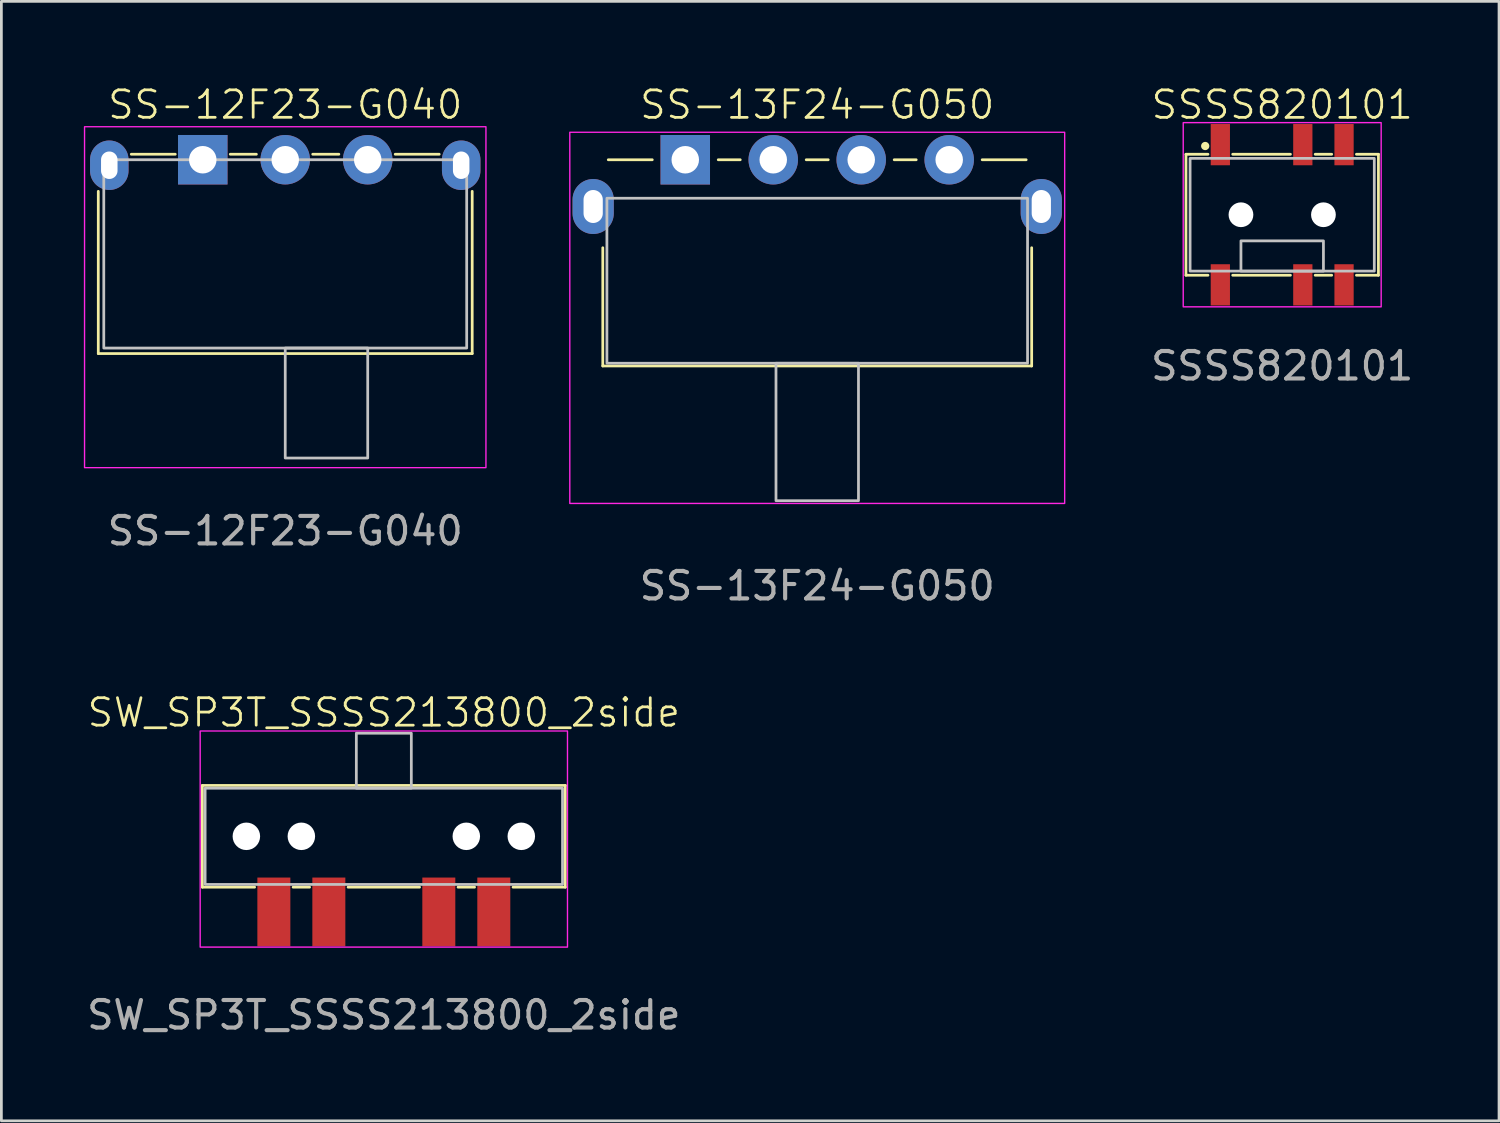
<source format=kicad_pcb>
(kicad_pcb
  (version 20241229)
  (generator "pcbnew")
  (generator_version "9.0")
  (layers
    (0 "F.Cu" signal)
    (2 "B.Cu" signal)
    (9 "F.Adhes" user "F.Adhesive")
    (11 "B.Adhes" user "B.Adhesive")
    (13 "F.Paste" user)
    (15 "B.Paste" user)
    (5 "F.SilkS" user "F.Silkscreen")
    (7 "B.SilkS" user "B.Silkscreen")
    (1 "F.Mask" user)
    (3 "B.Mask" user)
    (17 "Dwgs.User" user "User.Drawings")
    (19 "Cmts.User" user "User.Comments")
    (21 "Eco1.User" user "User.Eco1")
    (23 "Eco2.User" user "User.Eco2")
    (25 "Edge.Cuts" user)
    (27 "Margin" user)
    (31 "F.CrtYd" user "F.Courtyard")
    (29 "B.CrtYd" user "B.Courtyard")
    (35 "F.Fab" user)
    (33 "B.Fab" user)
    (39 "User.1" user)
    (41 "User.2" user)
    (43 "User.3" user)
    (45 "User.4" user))
  (footprint "SS-13F24-G050"
    (layer "F.Cu")
    (at 26.675 7.971)
    (property "Reference" "SS-13F24-G050" (at 0 -7.21 0) (unlocked yes) (layer "F.SilkS") (effects (font (size 1 1) (thickness 0.1))))
    (attr through_hole)
    (fp_line (start -7.8 -2.01) (end -7.8 2.29) (stroke (width 0.1) (type default)) (layer "F.SilkS"))
    (fp_line (start -7.8 2.29) (end 7.8 2.29) (stroke (width 0.1) (type default)) (layer "F.SilkS"))
    (fp_line (start -7.6 -5.21) (end -6 -5.21) (stroke (width 0.1) (type default)) (layer "F.SilkS"))
    (fp_line (start -3.6 -5.21) (end -2.8 -5.21) (stroke (width 0.1) (type default)) (layer "F.SilkS"))
    (fp_line (start -0.4 -5.21) (end 0.4 -5.21) (stroke (width 0.1) (type default)) (layer "F.SilkS"))
    (fp_line (start 2.8 -5.21) (end 3.6 -5.21) (stroke (width 0.1) (type default)) (layer "F.SilkS"))
    (fp_line (start 6 -5.21) (end 7.6 -5.21) (stroke (width 0.1) (type default)) (layer "F.SilkS"))
    (fp_line (start 7.8 2.29) (end 7.8 -2.01) (stroke (width 0.1) (type default)) (layer "F.SilkS"))
    (fp_rect (start -7.65 -3.81) (end 7.65 2.19) (stroke (width 0.1) (type default)) (fill no) (layer "Dwgs.User"))
    (fp_rect (start -1.5 2.19) (end 1.5 7.19) (stroke (width 0.1) (type default)) (fill no) (layer "Dwgs.User"))
    (fp_rect (start -9 -6.21) (end 9 7.29) (stroke (width 0.05) (type default)) (fill no) (layer "F.CrtYd"))
    (fp_text user "${REFERENCE}" (at 0 10.29 0) (unlocked yes) (layer "F.Fab") (effects (font (size 1 1) (thickness 0.15))))
    (pad "1" thru_hole rect (at -4.8 -5.21) (size 1.8 1.8) (drill 1) (layers "*.Cu" "*.Mask"))
    (pad "2" thru_hole circle (at -1.6 -5.21) (size 1.8 1.8) (drill 1) (layers "*.Cu" "*.Mask"))
    (pad "3" thru_hole circle (at 1.6 -5.21) (size 1.8 1.8) (drill 1) (layers "*.Cu" "*.Mask"))
    (pad "4" thru_hole circle (at 4.8 -5.21) (size 1.8 1.8) (drill 1) (layers "*.Cu" "*.Mask"))
    (pad "5" thru_hole oval (at -8.15 -3.51) (size 1.5 2) (drill oval 0.7 1.2) (layers "*.Cu" "*.Mask"))
    (pad "6" thru_hole oval (at 8.15 -3.51) (size 1.5 2) (drill oval 0.7 1.2) (layers "*.Cu" "*.Mask")))
  (footprint "SW_SP3T_SSSS213800_2side"
    (layer "F.Cu")
    (at 10.911 27.369)
    (property "Reference" "SW_SP3T_SSSS213800_2side" (at 0 -4.5 0) (unlocked yes) (layer "F.SilkS") (effects (font (size 1 1) (thickness 0.1))))
    (attr smd)
    (fp_line (start -6.6 -1.85) (end 6.6 -1.85) (stroke (width 0.1) (type default)) (layer "F.SilkS"))
    (fp_line (start -6.6 1.85) (end -6.6 -1.85) (stroke (width 0.1) (type default)) (layer "F.SilkS"))
    (fp_line (start -4.7 1.85) (end -6.6 1.85) (stroke (width 0.1) (type default)) (layer "F.SilkS"))
    (fp_line (start -3.3 1.85) (end -2.7 1.85) (stroke (width 0.1) (type default)) (layer "F.SilkS"))
    (fp_line (start -1.3 1.85) (end 1.3 1.85) (stroke (width 0.1) (type default)) (layer "F.SilkS"))
    (fp_line (start 2.7 1.85) (end 3.3 1.85) (stroke (width 0.1) (type default)) (layer "F.SilkS"))
    (fp_line (start 6.6 -1.85) (end 6.6 1.85) (stroke (width 0.1) (type default)) (layer "F.SilkS"))
    (fp_line (start 6.6 1.85) (end 4.7 1.85) (stroke (width 0.1) (type default)) (layer "F.SilkS"))
    (fp_rect (start -6.5 -1.75) (end 6.5 1.75) (stroke (width 0.1) (type default)) (fill no) (layer "Dwgs.User"))
    (fp_rect (start -1 -1.75) (end 1 -3.75) (stroke (width 0.1) (type default)) (fill no) (layer "Dwgs.User"))
    (fp_rect (start -6.68 -3.83) (end 6.68 4.03) (stroke (width 0.05) (type default)) (fill no) (layer "F.CrtYd"))
    (fp_text user "${REFERENCE}" (at 0 6.5 0) (unlocked yes) (layer "F.Fab") (effects (font (size 1 1) (thickness 0.15))))
    (pad "" np_thru_hole circle (at -5 0) (size 1 1) (drill 1) (layers "*.Cu" "*.Mask"))
    (pad "" np_thru_hole circle (at -3 0) (size 1 1) (drill 1) (layers "*.Cu" "*.Mask"))
    (pad "" np_thru_hole circle (at 3 0) (size 1 1) (drill 1) (layers "*.Cu" "*.Mask"))
    (pad "" np_thru_hole circle (at 5 0) (size 1 1) (drill 1) (layers "*.Cu" "*.Mask"))
    (pad "1" smd rect (at -4 2.75 90) (size 2.5 1.2) (layers "F.Cu" "F.Mask" "F.Paste"))
    (pad "2" smd rect (at -2 2.75 90) (size 2.5 1.2) (layers "F.Cu" "F.Mask" "F.Paste"))
    (pad "3" smd rect (at 2 2.75 90) (size 2.5 1.2) (layers "F.Cu" "F.Mask" "F.Paste"))
    (pad "4" smd rect (at 4 2.75 90) (size 2.5 1.2) (layers "F.Cu" "F.Mask" "F.Paste")))
  (footprint "SS-12F23-G040"
    (layer "F.Cu")
    (at 7.325 2.76)
    (property "Reference" "SS-12F23-G040" (at 0 -2 0) (unlocked yes) (layer "F.SilkS") (effects (font (size 1 1) (thickness 0.1))))
    (attr through_hole)
    (fp_line (start -6.8 1.15) (end -6.8 7.05) (stroke (width 0.1) (type default)) (layer "F.SilkS"))
    (fp_line (start -6.8 7.05) (end 6.8 7.05) (stroke (width 0.1) (type default)) (layer "F.SilkS"))
    (fp_line (start -5.6 -0.2) (end -4 -0.2) (stroke (width 0.1) (type default)) (layer "F.SilkS"))
    (fp_line (start -2 -0.2) (end -1.05 -0.2) (stroke (width 0.1) (type default)) (layer "F.SilkS"))
    (fp_line (start 1 -0.2) (end 1.95 -0.2) (stroke (width 0.1) (type default)) (layer "F.SilkS"))
    (fp_line (start 4 -0.2) (end 5.6 -0.2) (stroke (width 0.1) (type default)) (layer "F.SilkS"))
    (fp_line (start 6.8 7.05) (end 6.8 1.15) (stroke (width 0.1) (type default)) (layer "F.SilkS"))
    (fp_rect (start -6.6 0) (end 6.6 6.85) (stroke (width 0.1) (type default)) (fill no) (layer "Dwgs.User"))
    (fp_rect (start 0 6.85) (end 3 10.85) (stroke (width 0.1) (type default)) (fill no) (layer "Dwgs.User"))
    (fp_rect (start 7.3 11.2) (end -7.3 -1.2) (stroke (width 0.05) (type default)) (fill no) (layer "F.CrtYd"))
    (fp_text user "${REFERENCE}" (at 0 13.5 0) (unlocked yes) (layer "F.Fab") (effects (font (size 1 1) (thickness 0.15))))
    (pad "1" thru_hole rect (at -3 0) (size 1.8 1.8) (drill 1) (layers "*.Cu" "*.Mask"))
    (pad "2" thru_hole circle (at 0 0) (size 1.8 1.8) (drill 1) (layers "*.Cu" "*.Mask"))
    (pad "3" thru_hole circle (at 3 0) (size 1.8 1.8) (drill 1) (layers "*.Cu" "*.Mask"))
    (pad "4" thru_hole oval (at -6.4 0.2) (size 1.4 1.8) (drill oval 0.6 1) (layers "*.Cu" "*.Mask"))
    (pad "5" thru_hole oval (at 6.4 0.2) (size 1.4 1.8) (drill oval 0.6 1) (layers "*.Cu" "*.Mask")))
  (footprint "SSSS820101"
    (layer "F.Cu")
    (at 43.587 4.761)
    (property "Reference" "SSSS820101" (at 0 -4 0) (unlocked yes) (layer "F.SilkS") (effects (font (size 1 1) (thickness 0.1))))
    (attr smd)
    (fp_line (start -3.5 -2.2) (end -3.5 2.2) (stroke (width 0.1) (type default)) (layer "F.SilkS"))
    (fp_line (start -3.5 2.2) (end -2.7 2.2) (stroke (width 0.1) (type default)) (layer "F.SilkS"))
    (fp_line (start -2.7 -2.2) (end -3.5 -2.2) (stroke (width 0.1) (type default)) (layer "F.SilkS"))
    (fp_line (start -1.8 -2.2) (end 0.3 -2.2) (stroke (width 0.1) (type default)) (layer "F.SilkS"))
    (fp_line (start -1.8 2.2) (end 0.3 2.2) (stroke (width 0.1) (type default)) (layer "F.SilkS"))
    (fp_line (start 1.2 -2.2) (end 1.8 -2.2) (stroke (width 0.1) (type default)) (layer "F.SilkS"))
    (fp_line (start 1.2 2.2) (end 1.8 2.2) (stroke (width 0.1) (type default)) (layer "F.SilkS"))
    (fp_line (start 2.7 -2.2) (end 3.5 -2.2) (stroke (width 0.1) (type default)) (layer "F.SilkS"))
    (fp_line (start 3.5 -2.2) (end 3.5 2.2) (stroke (width 0.1) (type default)) (layer "F.SilkS"))
    (fp_line (start 3.5 2.2) (end 2.7 2.2) (stroke (width 0.1) (type default)) (layer "F.SilkS"))
    (fp_circle (center -2.8 -2.5) (end -2.7 -2.5) (stroke (width 0.1) (type solid)) (fill yes) (layer "F.SilkS"))
    (fp_rect (start -3.35 -2.05) (end 3.35 2.05) (stroke (width 0.1) (type default)) (fill no) (layer "Dwgs.User"))
    (fp_rect (start 1.5 0.95) (end -1.5 2.05) (stroke (width 0.1) (type default)) (fill no) (layer "Dwgs.User"))
    (fp_rect (start -3.6 -3.35) (end 3.6 3.35) (stroke (width 0.05) (type default)) (fill no) (layer "F.CrtYd"))
    (fp_text user "${REFERENCE}" (at 0 5.5 0) (unlocked yes) (layer "F.Fab") (effects (font (size 1 1) (thickness 0.15))))
    (pad "" np_thru_hole circle (at -1.5 0) (size 0.9 0.9) (drill 0.9) (layers "*.Cu" "*.Mask"))
    (pad "" np_thru_hole circle (at 1.5 0) (size 0.9 0.9) (drill 0.9) (layers "*.Cu" "*.Mask"))
    (pad "1" smd rect (at -2.25 -2.55) (size 0.7 1.5) (layers "F.Cu" "F.Mask" "F.Paste"))
    (pad "2" smd rect (at 0.75 -2.55) (size 0.7 1.5) (layers "F.Cu" "F.Mask" "F.Paste"))
    (pad "3" smd rect (at 2.25 -2.55) (size 0.7 1.5) (layers "F.Cu" "F.Mask" "F.Paste"))
    (pad "4" smd rect (at -2.25 2.55) (size 0.7 1.5) (layers "F.Cu" "F.Mask" "F.Paste"))
    (pad "5" smd rect (at 0.75 2.55) (size 0.7 1.5) (layers "F.Cu" "F.Mask" "F.Paste"))
    (pad "6" smd rect (at 2.25 2.55) (size 0.7 1.5) (layers "F.Cu" "F.Mask" "F.Paste")))
  (gr_rect
    (start -3 -3)
    (end 51.474 37.718)
    (stroke (width 0.1) (type default))
    (fill no)
    (layer "Edge.Cuts")))
</source>
